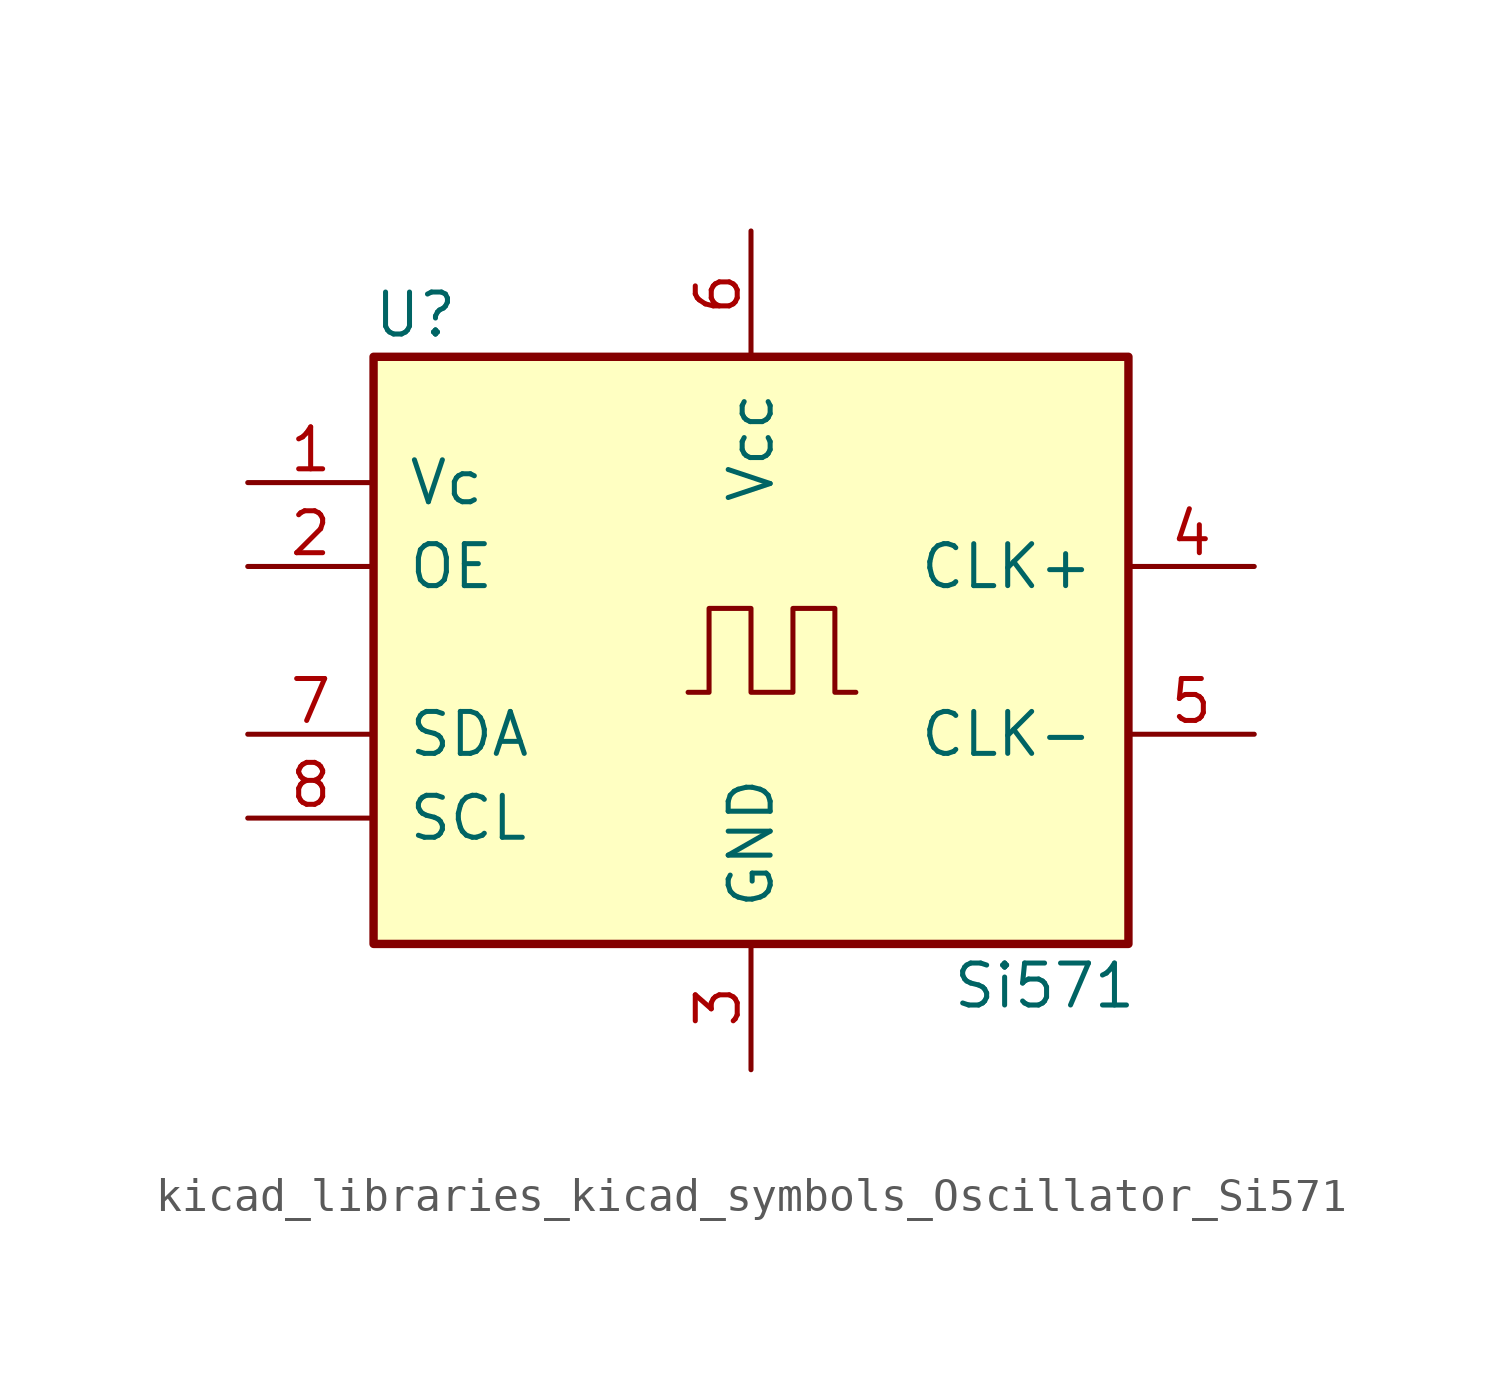
<source format=kicad_sym>
(kicad_symbol_lib
  (version 20220914)
  (generator kicad_symbol_editor)
  (symbol "kicad_libraries_kicad_symbols_Oscillator_Si571"
    (pin_names
      (offset 1.016))
    (property "Reference" "U"
      (at -10.16 10.16 0)
      (effects (font (size 1.27 1.27))))
    (property "Value" "Si571"
      (at 8.89 -10.16 0)
      (effects (font (size 1.27 1.27))))
    (symbol "kicad_libraries_kicad_symbols_Oscillator_Si571_0_1"
      (rectangle (start -11.43 8.89) (end 11.43 -8.89) (stroke (width 0.254) (type default)) (fill (type background)))
      (polyline (pts (xy -1.905 -1.27) (xy -1.27 -1.27) (xy -1.27 1.27) (xy 0 1.27) (xy 0 -1.27) (xy 1.27 -1.27) (xy 1.27 1.27) (xy 2.54 1.27) (xy 2.54 -1.27) (xy 3.175 -1.27)) (stroke (width 0) (type default)) (fill (type none))))
    (symbol "kicad_libraries_kicad_symbols_Oscillator_Si571_1_1"
      (pin input line (at -15.24 5.08 0) (length 3.81) (name "Vc" (effects (font (size 1.27 1.27)))) (number "1" (effects (font (size 1.27 1.27)))))
      (pin input line (at -15.24 2.54 0) (length 3.81) (name "OE" (effects (font (size 1.27 1.27)))) (number "2" (effects (font (size 1.27 1.27)))))
      (pin power_in line (at 0 -12.7 90) (length 3.81) (name "GND" (effects (font (size 1.27 1.27)))) (number "3" (effects (font (size 1.27 1.27)))))
      (pin output line (at 15.24 2.54 180) (length 3.81) (name "CLK+" (effects (font (size 1.27 1.27)))) (number "4" (effects (font (size 1.27 1.27)))))
      (pin output line (at 15.24 -2.54 180) (length 3.81) (name "CLK-" (effects (font (size 1.27 1.27)))) (number "5" (effects (font (size 1.27 1.27)))))
      (pin power_in line (at 0 12.7 270) (length 3.81) (name "Vcc" (effects (font (size 1.27 1.27)))) (number "6" (effects (font (size 1.27 1.27)))))
      (pin bidirectional line (at -15.24 -2.54 0) (length 3.81) (name "SDA" (effects (font (size 1.27 1.27)))) (number "7" (effects (font (size 1.27 1.27)))))
      (pin input line (at -15.24 -5.08 0) (length 3.81) (name "SCL" (effects (font (size 1.27 1.27)))) (number "8" (effects (font (size 1.27 1.27))))))))
</source>
